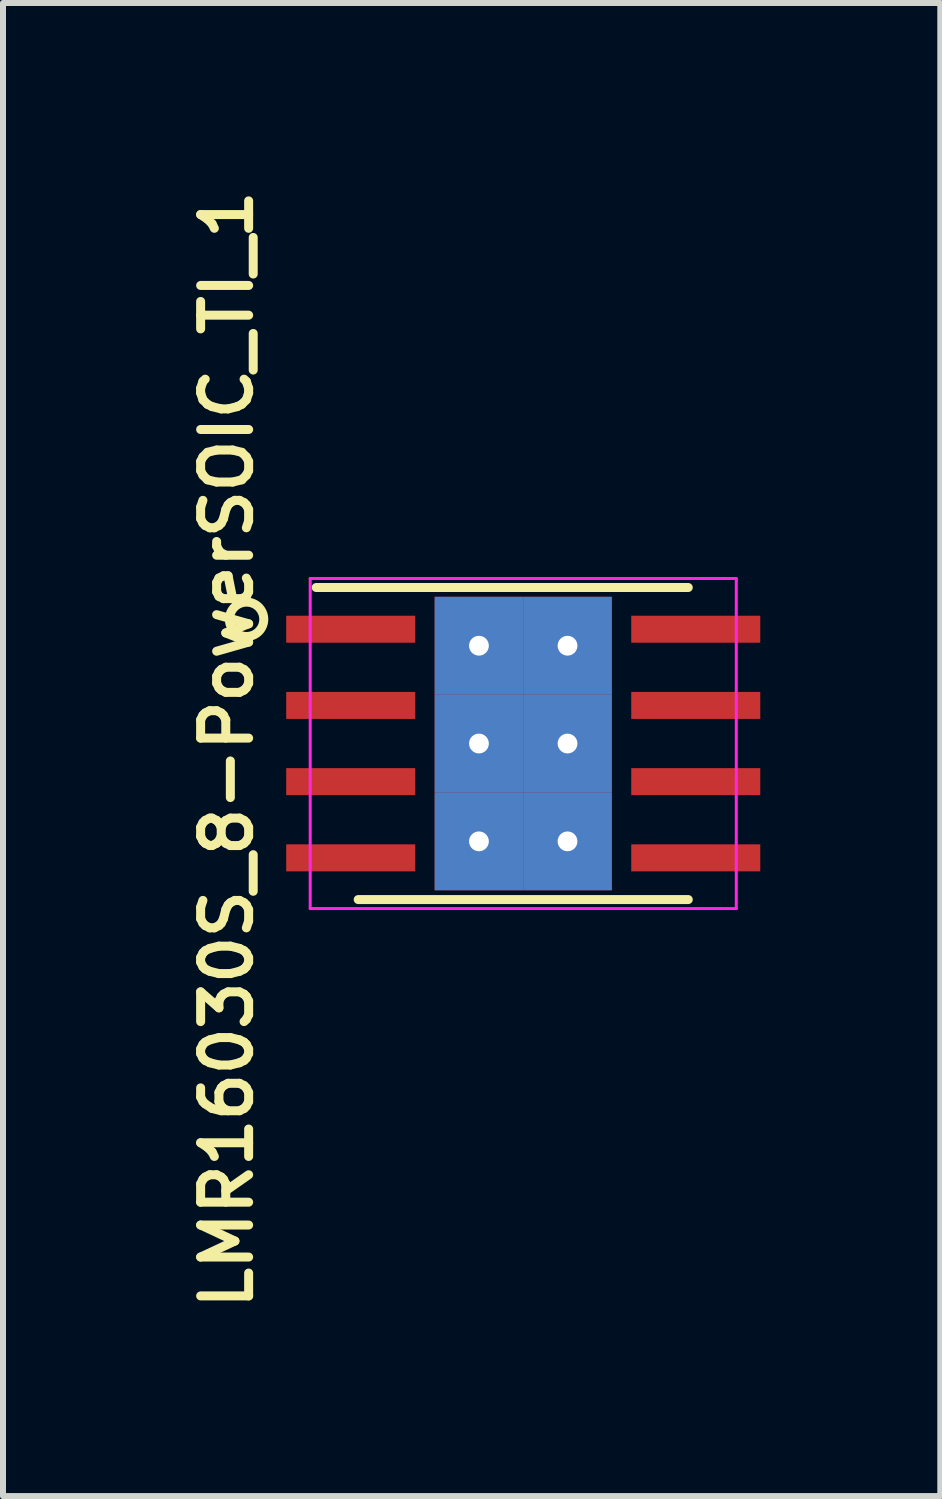
<source format=kicad_pcb>
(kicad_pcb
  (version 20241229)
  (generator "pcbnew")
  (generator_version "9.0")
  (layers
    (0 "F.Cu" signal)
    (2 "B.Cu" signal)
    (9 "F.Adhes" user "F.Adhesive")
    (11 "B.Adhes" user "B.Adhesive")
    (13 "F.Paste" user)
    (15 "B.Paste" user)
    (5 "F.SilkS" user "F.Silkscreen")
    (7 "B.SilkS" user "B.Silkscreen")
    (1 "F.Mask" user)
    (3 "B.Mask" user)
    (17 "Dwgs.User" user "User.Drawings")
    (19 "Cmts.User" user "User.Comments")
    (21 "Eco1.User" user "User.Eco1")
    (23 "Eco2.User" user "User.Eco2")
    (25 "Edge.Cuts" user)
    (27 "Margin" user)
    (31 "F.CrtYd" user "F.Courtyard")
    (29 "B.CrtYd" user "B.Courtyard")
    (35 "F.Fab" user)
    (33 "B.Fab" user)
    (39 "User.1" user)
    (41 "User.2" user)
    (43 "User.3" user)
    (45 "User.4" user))
  (footprint "LMR16030S_8-PowerSOIC_TI_1"
    (layer "F.Cu")
    (at 5.669 9.34)
    (property "Reference" "LMR16030S_8-PowerSOIC_TI_1" (at -4.938 0.1 90) (layer "F.SilkS") (effects (font (size 0.8 0.8) (thickness 0.15))))
    (attr smd)
    (fp_line (start -3.45 -2.6) (end 2.75 -2.6) (stroke (width 0.15) (type solid)) (layer "F.SilkS"))
    (fp_line (start -2.75 2.6) (end 2.75 2.6) (stroke (width 0.15) (type solid)) (layer "F.SilkS"))
    (fp_circle (center -4.61 -2.07) (end -4.33 -2.01) (stroke (width 0.15) (type solid)) (fill no) (layer "F.SilkS"))
    (fp_line (start -3.55 -2.75) (end -3.55 2.75) (stroke (width 0.05) (type solid)) (layer "F.CrtYd"))
    (fp_line (start -3.55 -2.75) (end 3.55 -2.75) (stroke (width 0.05) (type solid)) (layer "F.CrtYd"))
    (fp_line (start -3.55 2.75) (end 3.55 2.75) (stroke (width 0.05) (type solid)) (layer "F.CrtYd"))
    (fp_line (start 3.55 -2.75) (end 3.55 2.75) (stroke (width 0.05) (type solid)) (layer "F.CrtYd"))
    (pad "1" smd rect (at -2.875 -1.905) (size 2.15 0.45) (layers "F.Cu" "F.Mask" "F.Paste"))
    (pad "2" smd rect (at -2.875 -0.635) (size 2.15 0.45) (layers "F.Cu" "F.Mask" "F.Paste"))
    (pad "3" smd rect (at -2.875 0.635) (size 2.15 0.45) (layers "F.Cu" "F.Mask" "F.Paste"))
    (pad "4" smd rect (at -2.875 1.905) (size 2.15 0.45) (layers "F.Cu" "F.Mask" "F.Paste"))
    (pad "5" smd rect (at 2.875 1.905) (size 2.15 0.45) (layers "F.Cu" "F.Mask" "F.Paste"))
    (pad "6" smd rect (at 2.875 0.635) (size 2.15 0.45) (layers "F.Cu" "F.Mask" "F.Paste"))
    (pad "7" smd rect (at 2.875 -0.635) (size 2.15 0.45) (layers "F.Cu" "F.Mask" "F.Paste"))
    (pad "8" smd rect (at 2.875 -1.905) (size 2.15 0.45) (layers "F.Cu" "F.Mask" "F.Paste"))
    (pad "9" thru_hole rect (at -0.738 -1.63) (size 1.475 1.63) (drill 0.33) (layers "*.Cu" "*.Mask"))
    (pad "9" thru_hole rect (at -0.738 0) (size 1.475 1.63) (drill 0.33) (layers "*.Cu" "*.Mask"))
    (pad "9" thru_hole rect (at -0.738 1.63) (size 1.475 1.63) (drill 0.33) (layers "*.Cu" "*.Mask"))
    (pad "9" thru_hole rect (at 0.738 -1.63) (size 1.475 1.63) (drill 0.33) (layers "*.Cu" "*.Mask"))
    (pad "9" thru_hole rect (at 0.738 0) (size 1.475 1.63) (drill 0.33) (layers "*.Cu" "*.Mask"))
    (pad "9" thru_hole rect (at 0.738 1.63) (size 1.475 1.63) (drill 0.33) (layers "*.Cu" "*.Mask")))
  (gr_rect
    (start -3 -3)
    (end 12.619 21.88)
    (stroke (width 0.1) (type default))
    (fill no)
    (layer "Edge.Cuts")))
</source>
